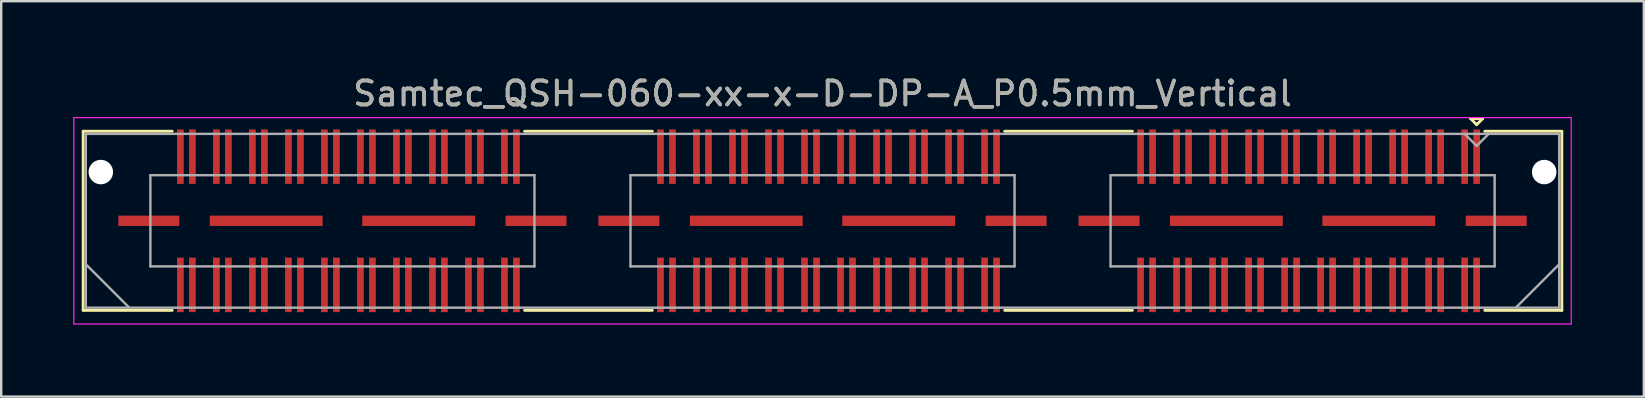
<source format=kicad_pcb>
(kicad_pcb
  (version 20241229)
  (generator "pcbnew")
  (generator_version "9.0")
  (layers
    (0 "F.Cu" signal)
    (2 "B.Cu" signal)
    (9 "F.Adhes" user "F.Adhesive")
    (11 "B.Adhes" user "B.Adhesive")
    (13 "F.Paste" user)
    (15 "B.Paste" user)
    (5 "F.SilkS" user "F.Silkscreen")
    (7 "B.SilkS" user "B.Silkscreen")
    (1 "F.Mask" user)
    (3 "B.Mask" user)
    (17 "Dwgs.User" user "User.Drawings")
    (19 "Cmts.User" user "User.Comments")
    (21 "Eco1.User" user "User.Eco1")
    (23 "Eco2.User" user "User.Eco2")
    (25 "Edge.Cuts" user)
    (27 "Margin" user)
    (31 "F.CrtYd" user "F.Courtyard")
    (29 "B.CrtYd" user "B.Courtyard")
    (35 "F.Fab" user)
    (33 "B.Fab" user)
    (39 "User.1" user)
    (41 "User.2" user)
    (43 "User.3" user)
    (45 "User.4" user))
  (footprint "Samtec_QSH-060-xx-x-D-DP-A_P0.5mm_Vertical"
    (layer "F.Cu")
    (at 31.215 6.148)
    (property "Reference" "Samtec_QSH-060-xx-x-D-DP-A_P0.5mm_Vertical" (at 0 -5.3 0) (layer "F.SilkS") (effects (font (size 1 1) (thickness 0.15))))
    (attr smd)
    (fp_line (start -30.8 -3.73) (end -27.09 -3.73) (stroke (width 0.12) (type solid)) (layer "F.SilkS"))
    (fp_line (start -30.8 3.73) (end -30.8 -3.73) (stroke (width 0.12) (type solid)) (layer "F.SilkS"))
    (fp_line (start -27.09 3.73) (end -30.8 3.73) (stroke (width 0.12) (type solid)) (layer "F.SilkS"))
    (fp_line (start -7.09 -3.73) (end -12.411 -3.73) (stroke (width 0.12) (type solid)) (layer "F.SilkS"))
    (fp_line (start -7.09 3.73) (end -12.411 3.73) (stroke (width 0.12) (type solid)) (layer "F.SilkS"))
    (fp_line (start 12.911 -3.73) (end 7.59 -3.73) (stroke (width 0.12) (type solid)) (layer "F.SilkS"))
    (fp_line (start 12.911 3.73) (end 7.59 3.73) (stroke (width 0.12) (type solid)) (layer "F.SilkS"))
    (fp_line (start 27 -4.255) (end 27.5 -4.255) (stroke (width 0.12) (type solid)) (layer "F.SilkS"))
    (fp_line (start 27.25 -4.005) (end 27 -4.255) (stroke (width 0.12) (type solid)) (layer "F.SilkS"))
    (fp_line (start 27.5 -4.255) (end 27.25 -4.005) (stroke (width 0.12) (type solid)) (layer "F.SilkS"))
    (fp_line (start 27.59 3.73) (end 30.8 3.73) (stroke (width 0.12) (type solid)) (layer "F.SilkS"))
    (fp_line (start 30.8 -3.73) (end 27.59 -3.73) (stroke (width 0.12) (type solid)) (layer "F.SilkS"))
    (fp_line (start 30.8 3.73) (end 30.8 -3.73) (stroke (width 0.12) (type solid)) (layer "F.SilkS"))
    (fp_line (start -31.19 -4.3) (end -31.19 4.3) (stroke (width 0.05) (type solid)) (layer "F.CrtYd"))
    (fp_line (start -31.19 4.3) (end 31.19 4.3) (stroke (width 0.05) (type solid)) (layer "F.CrtYd"))
    (fp_line (start 31.19 -4.3) (end -31.19 -4.3) (stroke (width 0.05) (type solid)) (layer "F.CrtYd"))
    (fp_line (start 31.19 4.3) (end 31.19 -4.3) (stroke (width 0.05) (type solid)) (layer "F.CrtYd"))
    (fp_line (start -30.69 -3.62) (end -30.69 3.62) (stroke (width 0.1) (type solid)) (layer "F.Fab"))
    (fp_line (start -30.69 1.81) (end -28.88 3.62) (stroke (width 0.1) (type solid)) (layer "F.Fab"))
    (fp_line (start -30.69 3.62) (end 30.69 3.62) (stroke (width 0.1) (type solid)) (layer "F.Fab"))
    (fp_line (start -28 -1.9) (end -28 1.9) (stroke (width 0.1) (type solid)) (layer "F.Fab"))
    (fp_line (start -28 1.9) (end -12 1.9) (stroke (width 0.1) (type solid)) (layer "F.Fab"))
    (fp_line (start -12 -1.9) (end -28 -1.9) (stroke (width 0.1) (type solid)) (layer "F.Fab"))
    (fp_line (start -12 1.9) (end -12 -1.9) (stroke (width 0.1) (type solid)) (layer "F.Fab"))
    (fp_line (start -8 -1.9) (end -8 1.9) (stroke (width 0.1) (type solid)) (layer "F.Fab"))
    (fp_line (start -8 1.9) (end 8 1.9) (stroke (width 0.1) (type solid)) (layer "F.Fab"))
    (fp_line (start 8 -1.9) (end -8 -1.9) (stroke (width 0.1) (type solid)) (layer "F.Fab"))
    (fp_line (start 8 1.9) (end 8 -1.9) (stroke (width 0.1) (type solid)) (layer "F.Fab"))
    (fp_line (start 12 -1.9) (end 12 1.9) (stroke (width 0.1) (type solid)) (layer "F.Fab"))
    (fp_line (start 12 1.9) (end 28 1.9) (stroke (width 0.1) (type solid)) (layer "F.Fab"))
    (fp_line (start 27.25 -3.12) (end 26.75 -3.62) (stroke (width 0.1) (type solid)) (layer "F.Fab"))
    (fp_line (start 27.75 -3.62) (end 27.25 -3.12) (stroke (width 0.1) (type solid)) (layer "F.Fab"))
    (fp_line (start 28 -1.9) (end 12 -1.9) (stroke (width 0.1) (type solid)) (layer "F.Fab"))
    (fp_line (start 28 1.9) (end 28 -1.9) (stroke (width 0.1) (type solid)) (layer "F.Fab"))
    (fp_line (start 30.69 -3.62) (end -30.69 -3.62) (stroke (width 0.1) (type solid)) (layer "F.Fab"))
    (fp_line (start 30.69 1.81) (end 28.88 3.62) (stroke (width 0.1) (type solid)) (layer "F.Fab"))
    (fp_line (start 30.69 3.62) (end 30.69 -3.62) (stroke (width 0.1) (type solid)) (layer "F.Fab"))
    (fp_text user "${REFERENCE}" (at 0 -5.3 0) (layer "F.Fab") (effects (font (size 1 1) (thickness 0.15))))
    (pad "" np_thru_hole circle (at -30.065 -2.03) (size 1.02 1.02) (drill 1.02) (layers "*.Cu" "*.Mask"))
    (pad "" np_thru_hole circle (at 30.065 -2.03) (size 1.02 1.02) (drill 1.02) (layers "*.Cu" "*.Mask"))
    (pad "1" smd rect (at 27.25 -2.67) (size 0.279 2.27) (layers "F.Cu" "F.Mask" "F.Paste"))
    (pad "2" smd rect (at 27.25 2.67) (size 0.279 2.27) (layers "F.Cu" "F.Mask" "F.Paste"))
    (pad "3" smd rect (at 26.75 -2.67) (size 0.279 2.27) (layers "F.Cu" "F.Mask" "F.Paste"))
    (pad "4" smd rect (at 26.75 2.67) (size 0.279 2.27) (layers "F.Cu" "F.Mask" "F.Paste"))
    (pad "5" smd rect (at 25.75 -2.67) (size 0.279 2.27) (layers "F.Cu" "F.Mask" "F.Paste"))
    (pad "6" smd rect (at 25.75 2.67) (size 0.279 2.27) (layers "F.Cu" "F.Mask" "F.Paste"))
    (pad "7" smd rect (at 25.25 -2.67) (size 0.279 2.27) (layers "F.Cu" "F.Mask" "F.Paste"))
    (pad "8" smd rect (at 25.25 2.67) (size 0.279 2.27) (layers "F.Cu" "F.Mask" "F.Paste"))
    (pad "9" smd rect (at 24.25 -2.67) (size 0.279 2.27) (layers "F.Cu" "F.Mask" "F.Paste"))
    (pad "10" smd rect (at 24.25 2.67) (size 0.279 2.27) (layers "F.Cu" "F.Mask" "F.Paste"))
    (pad "11" smd rect (at 23.75 -2.67) (size 0.279 2.27) (layers "F.Cu" "F.Mask" "F.Paste"))
    (pad "12" smd rect (at 23.75 2.67) (size 0.279 2.27) (layers "F.Cu" "F.Mask" "F.Paste"))
    (pad "13" smd rect (at 22.75 -2.67) (size 0.279 2.27) (layers "F.Cu" "F.Mask" "F.Paste"))
    (pad "14" smd rect (at 22.75 2.67) (size 0.279 2.27) (layers "F.Cu" "F.Mask" "F.Paste"))
    (pad "15" smd rect (at 22.25 -2.67) (size 0.279 2.27) (layers "F.Cu" "F.Mask" "F.Paste"))
    (pad "16" smd rect (at 22.25 2.67) (size 0.279 2.27) (layers "F.Cu" "F.Mask" "F.Paste"))
    (pad "17" smd rect (at 21.25 -2.67) (size 0.279 2.27) (layers "F.Cu" "F.Mask" "F.Paste"))
    (pad "18" smd rect (at 21.25 2.67) (size 0.279 2.27) (layers "F.Cu" "F.Mask" "F.Paste"))
    (pad "19" smd rect (at 20.75 -2.67) (size 0.279 2.27) (layers "F.Cu" "F.Mask" "F.Paste"))
    (pad "20" smd rect (at 20.75 2.67) (size 0.279 2.27) (layers "F.Cu" "F.Mask" "F.Paste"))
    (pad "21" smd rect (at 19.75 -2.67) (size 0.279 2.27) (layers "F.Cu" "F.Mask" "F.Paste"))
    (pad "22" smd rect (at 19.75 2.67) (size 0.279 2.27) (layers "F.Cu" "F.Mask" "F.Paste"))
    (pad "23" smd rect (at 19.25 -2.67) (size 0.279 2.27) (layers "F.Cu" "F.Mask" "F.Paste"))
    (pad "24" smd rect (at 19.25 2.67) (size 0.279 2.27) (layers "F.Cu" "F.Mask" "F.Paste"))
    (pad "25" smd rect (at 18.25 -2.67) (size 0.279 2.27) (layers "F.Cu" "F.Mask" "F.Paste"))
    (pad "26" smd rect (at 18.25 2.67) (size 0.279 2.27) (layers "F.Cu" "F.Mask" "F.Paste"))
    (pad "27" smd rect (at 17.75 -2.67) (size 0.279 2.27) (layers "F.Cu" "F.Mask" "F.Paste"))
    (pad "28" smd rect (at 17.75 2.67) (size 0.279 2.27) (layers "F.Cu" "F.Mask" "F.Paste"))
    (pad "29" smd rect (at 16.75 -2.67) (size 0.279 2.27) (layers "F.Cu" "F.Mask" "F.Paste"))
    (pad "30" smd rect (at 16.75 2.67) (size 0.279 2.27) (layers "F.Cu" "F.Mask" "F.Paste"))
    (pad "31" smd rect (at 16.25 -2.67) (size 0.279 2.27) (layers "F.Cu" "F.Mask" "F.Paste"))
    (pad "32" smd rect (at 16.25 2.67) (size 0.279 2.27) (layers "F.Cu" "F.Mask" "F.Paste"))
    (pad "33" smd rect (at 15.25 -2.67) (size 0.279 2.27) (layers "F.Cu" "F.Mask" "F.Paste"))
    (pad "34" smd rect (at 15.25 2.67) (size 0.279 2.27) (layers "F.Cu" "F.Mask" "F.Paste"))
    (pad "35" smd rect (at 14.75 -2.67) (size 0.279 2.27) (layers "F.Cu" "F.Mask" "F.Paste"))
    (pad "36" smd rect (at 14.75 2.67) (size 0.279 2.27) (layers "F.Cu" "F.Mask" "F.Paste"))
    (pad "37" smd rect (at 13.75 -2.67) (size 0.279 2.27) (layers "F.Cu" "F.Mask" "F.Paste"))
    (pad "38" smd rect (at 13.75 2.67) (size 0.279 2.27) (layers "F.Cu" "F.Mask" "F.Paste"))
    (pad "39" smd rect (at 13.25 -2.67) (size 0.279 2.27) (layers "F.Cu" "F.Mask" "F.Paste"))
    (pad "40" smd rect (at 13.25 2.67) (size 0.279 2.27) (layers "F.Cu" "F.Mask" "F.Paste"))
    (pad "41" smd rect (at 7.25 -2.67) (size 0.279 2.27) (layers "F.Cu" "F.Mask" "F.Paste"))
    (pad "42" smd rect (at 7.25 2.67) (size 0.279 2.27) (layers "F.Cu" "F.Mask" "F.Paste"))
    (pad "43" smd rect (at 6.75 -2.67) (size 0.279 2.27) (layers "F.Cu" "F.Mask" "F.Paste"))
    (pad "44" smd rect (at 6.75 2.67) (size 0.279 2.27) (layers "F.Cu" "F.Mask" "F.Paste"))
    (pad "45" smd rect (at 5.75 -2.67) (size 0.279 2.27) (layers "F.Cu" "F.Mask" "F.Paste"))
    (pad "46" smd rect (at 5.75 2.67) (size 0.279 2.27) (layers "F.Cu" "F.Mask" "F.Paste"))
    (pad "47" smd rect (at 5.25 -2.67) (size 0.279 2.27) (layers "F.Cu" "F.Mask" "F.Paste"))
    (pad "48" smd rect (at 5.25 2.67) (size 0.279 2.27) (layers "F.Cu" "F.Mask" "F.Paste"))
    (pad "49" smd rect (at 4.25 -2.67) (size 0.279 2.27) (layers "F.Cu" "F.Mask" "F.Paste"))
    (pad "50" smd rect (at 4.25 2.67) (size 0.279 2.27) (layers "F.Cu" "F.Mask" "F.Paste"))
    (pad "51" smd rect (at 3.75 -2.67) (size 0.279 2.27) (layers "F.Cu" "F.Mask" "F.Paste"))
    (pad "52" smd rect (at 3.75 2.67) (size 0.279 2.27) (layers "F.Cu" "F.Mask" "F.Paste"))
    (pad "53" smd rect (at 2.75 -2.67) (size 0.279 2.27) (layers "F.Cu" "F.Mask" "F.Paste"))
    (pad "54" smd rect (at 2.75 2.67) (size 0.279 2.27) (layers "F.Cu" "F.Mask" "F.Paste"))
    (pad "55" smd rect (at 2.25 -2.67) (size 0.279 2.27) (layers "F.Cu" "F.Mask" "F.Paste"))
    (pad "56" smd rect (at 2.25 2.67) (size 0.279 2.27) (layers "F.Cu" "F.Mask" "F.Paste"))
    (pad "57" smd rect (at 1.25 -2.67) (size 0.279 2.27) (layers "F.Cu" "F.Mask" "F.Paste"))
    (pad "58" smd rect (at 1.25 2.67) (size 0.279 2.27) (layers "F.Cu" "F.Mask" "F.Paste"))
    (pad "59" smd rect (at 0.75 -2.67) (size 0.279 2.27) (layers "F.Cu" "F.Mask" "F.Paste"))
    (pad "60" smd rect (at 0.75 2.67) (size 0.279 2.27) (layers "F.Cu" "F.Mask" "F.Paste"))
    (pad "61" smd rect (at -0.25 -2.67) (size 0.279 2.27) (layers "F.Cu" "F.Mask" "F.Paste"))
    (pad "62" smd rect (at -0.25 2.67) (size 0.279 2.27) (layers "F.Cu" "F.Mask" "F.Paste"))
    (pad "63" smd rect (at -0.75 -2.67) (size 0.279 2.27) (layers "F.Cu" "F.Mask" "F.Paste"))
    (pad "64" smd rect (at -0.75 2.67) (size 0.279 2.27) (layers "F.Cu" "F.Mask" "F.Paste"))
    (pad "65" smd rect (at -1.75 -2.67) (size 0.279 2.27) (layers "F.Cu" "F.Mask" "F.Paste"))
    (pad "66" smd rect (at -1.75 2.67) (size 0.279 2.27) (layers "F.Cu" "F.Mask" "F.Paste"))
    (pad "67" smd rect (at -2.25 -2.67) (size 0.279 2.27) (layers "F.Cu" "F.Mask" "F.Paste"))
    (pad "68" smd rect (at -2.25 2.67) (size 0.279 2.27) (layers "F.Cu" "F.Mask" "F.Paste"))
    (pad "69" smd rect (at -3.25 -2.67) (size 0.279 2.27) (layers "F.Cu" "F.Mask" "F.Paste"))
    (pad "70" smd rect (at -3.25 2.67) (size 0.279 2.27) (layers "F.Cu" "F.Mask" "F.Paste"))
    (pad "71" smd rect (at -3.75 -2.67) (size 0.279 2.27) (layers "F.Cu" "F.Mask" "F.Paste"))
    (pad "72" smd rect (at -3.75 2.67) (size 0.279 2.27) (layers "F.Cu" "F.Mask" "F.Paste"))
    (pad "73" smd rect (at -4.75 -2.67) (size 0.279 2.27) (layers "F.Cu" "F.Mask" "F.Paste"))
    (pad "74" smd rect (at -4.75 2.67) (size 0.279 2.27) (layers "F.Cu" "F.Mask" "F.Paste"))
    (pad "75" smd rect (at -5.25 -2.67) (size 0.279 2.27) (layers "F.Cu" "F.Mask" "F.Paste"))
    (pad "76" smd rect (at -5.25 2.67) (size 0.279 2.27) (layers "F.Cu" "F.Mask" "F.Paste"))
    (pad "77" smd rect (at -6.25 -2.67) (size 0.279 2.27) (layers "F.Cu" "F.Mask" "F.Paste"))
    (pad "78" smd rect (at -6.25 2.67) (size 0.279 2.27) (layers "F.Cu" "F.Mask" "F.Paste"))
    (pad "79" smd rect (at -6.75 -2.67) (size 0.279 2.27) (layers "F.Cu" "F.Mask" "F.Paste"))
    (pad "80" smd rect (at -6.75 2.67) (size 0.279 2.27) (layers "F.Cu" "F.Mask" "F.Paste"))
    (pad "81" smd rect (at -12.75 -2.67) (size 0.279 2.27) (layers "F.Cu" "F.Mask" "F.Paste"))
    (pad "82" smd rect (at -12.75 2.67) (size 0.279 2.27) (layers "F.Cu" "F.Mask" "F.Paste"))
    (pad "83" smd rect (at -13.25 -2.67) (size 0.279 2.27) (layers "F.Cu" "F.Mask" "F.Paste"))
    (pad "84" smd rect (at -13.25 2.67) (size 0.279 2.27) (layers "F.Cu" "F.Mask" "F.Paste"))
    (pad "85" smd rect (at -14.25 -2.67) (size 0.279 2.27) (layers "F.Cu" "F.Mask" "F.Paste"))
    (pad "86" smd rect (at -14.25 2.67) (size 0.279 2.27) (layers "F.Cu" "F.Mask" "F.Paste"))
    (pad "87" smd rect (at -14.75 -2.67) (size 0.279 2.27) (layers "F.Cu" "F.Mask" "F.Paste"))
    (pad "88" smd rect (at -14.75 2.67) (size 0.279 2.27) (layers "F.Cu" "F.Mask" "F.Paste"))
    (pad "89" smd rect (at -15.75 -2.67) (size 0.279 2.27) (layers "F.Cu" "F.Mask" "F.Paste"))
    (pad "90" smd rect (at -15.75 2.67) (size 0.279 2.27) (layers "F.Cu" "F.Mask" "F.Paste"))
    (pad "91" smd rect (at -16.25 -2.67) (size 0.279 2.27) (layers "F.Cu" "F.Mask" "F.Paste"))
    (pad "92" smd rect (at -16.25 2.67) (size 0.279 2.27) (layers "F.Cu" "F.Mask" "F.Paste"))
    (pad "93" smd rect (at -17.25 -2.67) (size 0.279 2.27) (layers "F.Cu" "F.Mask" "F.Paste"))
    (pad "94" smd rect (at -17.25 2.67) (size 0.279 2.27) (layers "F.Cu" "F.Mask" "F.Paste"))
    (pad "95" smd rect (at -17.75 -2.67) (size 0.279 2.27) (layers "F.Cu" "F.Mask" "F.Paste"))
    (pad "96" smd rect (at -17.75 2.67) (size 0.279 2.27) (layers "F.Cu" "F.Mask" "F.Paste"))
    (pad "97" smd rect (at -18.75 -2.67) (size 0.279 2.27) (layers "F.Cu" "F.Mask" "F.Paste"))
    (pad "98" smd rect (at -18.75 2.67) (size 0.279 2.27) (layers "F.Cu" "F.Mask" "F.Paste"))
    (pad "99" smd rect (at -19.25 -2.67) (size 0.279 2.27) (layers "F.Cu" "F.Mask" "F.Paste"))
    (pad "100" smd rect (at -19.25 2.67) (size 0.279 2.27) (layers "F.Cu" "F.Mask" "F.Paste"))
    (pad "101" smd rect (at -20.25 -2.67) (size 0.279 2.27) (layers "F.Cu" "F.Mask" "F.Paste"))
    (pad "102" smd rect (at -20.25 2.67) (size 0.279 2.27) (layers "F.Cu" "F.Mask" "F.Paste"))
    (pad "103" smd rect (at -20.75 -2.67) (size 0.279 2.27) (layers "F.Cu" "F.Mask" "F.Paste"))
    (pad "104" smd rect (at -20.75 2.67) (size 0.279 2.27) (layers "F.Cu" "F.Mask" "F.Paste"))
    (pad "105" smd rect (at -21.75 -2.67) (size 0.279 2.27) (layers "F.Cu" "F.Mask" "F.Paste"))
    (pad "106" smd rect (at -21.75 2.67) (size 0.279 2.27) (layers "F.Cu" "F.Mask" "F.Paste"))
    (pad "107" smd rect (at -22.25 -2.67) (size 0.279 2.27) (layers "F.Cu" "F.Mask" "F.Paste"))
    (pad "108" smd rect (at -22.25 2.67) (size 0.279 2.27) (layers "F.Cu" "F.Mask" "F.Paste"))
    (pad "109" smd rect (at -23.25 -2.67) (size 0.279 2.27) (layers "F.Cu" "F.Mask" "F.Paste"))
    (pad "110" smd rect (at -23.25 2.67) (size 0.279 2.27) (layers "F.Cu" "F.Mask" "F.Paste"))
    (pad "111" smd rect (at -23.75 -2.67) (size 0.279 2.27) (layers "F.Cu" "F.Mask" "F.Paste"))
    (pad "112" smd rect (at -23.75 2.67) (size 0.279 2.27) (layers "F.Cu" "F.Mask" "F.Paste"))
    (pad "113" smd rect (at -24.75 -2.67) (size 0.279 2.27) (layers "F.Cu" "F.Mask" "F.Paste"))
    (pad "114" smd rect (at -24.75 2.67) (size 0.279 2.27) (layers "F.Cu" "F.Mask" "F.Paste"))
    (pad "115" smd rect (at -25.25 -2.67) (size 0.279 2.27) (layers "F.Cu" "F.Mask" "F.Paste"))
    (pad "116" smd rect (at -25.25 2.67) (size 0.279 2.27) (layers "F.Cu" "F.Mask" "F.Paste"))
    (pad "117" smd rect (at -26.25 -2.67) (size 0.279 2.27) (layers "F.Cu" "F.Mask" "F.Paste"))
    (pad "118" smd rect (at -26.25 2.67) (size 0.279 2.27) (layers "F.Cu" "F.Mask" "F.Paste"))
    (pad "119" smd rect (at -26.75 -2.67) (size 0.279 2.27) (layers "F.Cu" "F.Mask" "F.Paste"))
    (pad "120" smd rect (at -26.75 2.67) (size 0.279 2.27) (layers "F.Cu" "F.Mask" "F.Paste"))
    (pad "P1" smd rect (at 11.935 0) (size 2.54 0.43) (layers "F.Cu" "F.Mask" "F.Paste"))
    (pad "P1" smd rect (at 16.825 0) (size 4.7 0.43) (layers "F.Cu" "F.Mask" "F.Paste"))
    (pad "P1" smd rect (at 23.175 0) (size 4.7 0.43) (layers "F.Cu" "F.Mask" "F.Paste"))
    (pad "P1" smd rect (at 28.065 0) (size 2.54 0.43) (layers "F.Cu" "F.Mask" "F.Paste"))
    (pad "P2" smd rect (at -8.065 0) (size 2.54 0.43) (layers "F.Cu" "F.Mask" "F.Paste"))
    (pad "P2" smd rect (at -3.175 0) (size 4.7 0.43) (layers "F.Cu" "F.Mask" "F.Paste"))
    (pad "P2" smd rect (at 3.175 0) (size 4.7 0.43) (layers "F.Cu" "F.Mask" "F.Paste"))
    (pad "P2" smd rect (at 8.065 0) (size 2.54 0.43) (layers "F.Cu" "F.Mask" "F.Paste"))
    (pad "P3" smd rect (at -28.065 0) (size 2.54 0.43) (layers "F.Cu" "F.Mask" "F.Paste"))
    (pad "P3" smd rect (at -23.175 0) (size 4.7 0.43) (layers "F.Cu" "F.Mask" "F.Paste"))
    (pad "P3" smd rect (at -16.825 0) (size 4.7 0.43) (layers "F.Cu" "F.Mask" "F.Paste"))
    (pad "P3" smd rect (at -11.935 0) (size 2.54 0.43) (layers "F.Cu" "F.Mask" "F.Paste")))
  (gr_rect
    (start -3 -3)
    (end 65.43 13.473)
    (stroke (width 0.1) (type default))
    (fill no)
    (layer "Edge.Cuts")))
</source>
